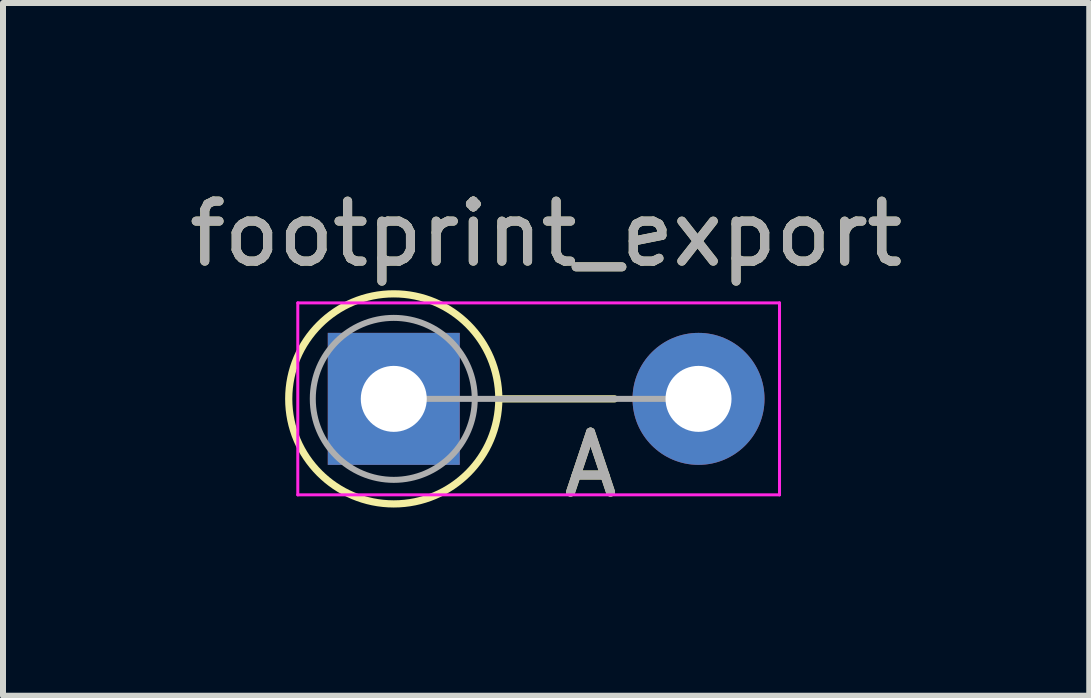
<source format=kicad_pcb>
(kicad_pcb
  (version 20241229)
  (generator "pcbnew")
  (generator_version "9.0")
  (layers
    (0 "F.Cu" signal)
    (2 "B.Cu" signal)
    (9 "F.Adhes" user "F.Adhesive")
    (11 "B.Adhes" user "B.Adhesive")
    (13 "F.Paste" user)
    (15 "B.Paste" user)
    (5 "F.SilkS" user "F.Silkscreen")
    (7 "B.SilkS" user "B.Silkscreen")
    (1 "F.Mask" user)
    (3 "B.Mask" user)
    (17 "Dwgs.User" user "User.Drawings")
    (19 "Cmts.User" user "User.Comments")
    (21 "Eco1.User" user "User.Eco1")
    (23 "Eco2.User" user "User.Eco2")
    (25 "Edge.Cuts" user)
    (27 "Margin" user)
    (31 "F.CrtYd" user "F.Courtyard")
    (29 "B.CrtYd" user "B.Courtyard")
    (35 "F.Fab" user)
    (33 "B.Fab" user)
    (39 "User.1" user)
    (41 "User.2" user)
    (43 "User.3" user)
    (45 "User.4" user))
  (footprint "footprint_export"
    (layer "F.Cu")
    (at 3.514 3.599)
    (property "Reference" "footprint_export" (at 2.54 -2.751 0) (layer "F.SilkS") (effects (font (size 1 1) (thickness 0.15))))
    (attr through_hole)
    (fp_line (start 1.751 0) (end 3.68 0) (stroke (width 0.12) (type solid)) (layer "F.SilkS"))
    (fp_circle (center 0 0) (end 1.751 0) (stroke (width 0.12) (type solid)) (fill no) (layer "F.SilkS"))
    (fp_line (start -1.6 -1.6) (end -1.6 1.6) (stroke (width 0.05) (type solid)) (layer "F.CrtYd"))
    (fp_line (start -1.6 1.6) (end 6.43 1.6) (stroke (width 0.05) (type solid)) (layer "F.CrtYd"))
    (fp_line (start 6.43 -1.6) (end -1.6 -1.6) (stroke (width 0.05) (type solid)) (layer "F.CrtYd"))
    (fp_line (start 6.43 1.6) (end 6.43 -1.6) (stroke (width 0.05) (type solid)) (layer "F.CrtYd"))
    (fp_line (start 0 0) (end 5.08 0) (stroke (width 0.1) (type solid)) (layer "F.Fab"))
    (fp_circle (center 0 0) (end 1.35 0) (stroke (width 0.1) (type solid)) (fill no) (layer "F.Fab"))
    (fp_text user "A" (at 3.28 1.1 0) (layer "F.SilkS") (effects (font (size 1 1) (thickness 0.15))))
    (fp_text user "A" (at 3.28 1.1 0) (layer "F.Fab") (effects (font (size 1 1) (thickness 0.15))))
    (fp_text user "${REFERENCE}" (at 2.54 -2.751 0) (layer "F.Fab") (effects (font (size 1 1) (thickness 0.15))))
    (pad "1" thru_hole rect (at 0 0) (size 2.2 2.2) (drill 1.1) (layers "*.Cu" "*.Mask"))
    (pad "2" thru_hole oval (at 5.08 0) (size 2.2 2.2) (drill 1.1) (layers "*.Cu" "*.Mask")))
  (gr_rect
    (start -3 -3)
    (end 15.107 8.547)
    (stroke (width 0.1) (type default))
    (fill no)
    (layer "Edge.Cuts")))
</source>
